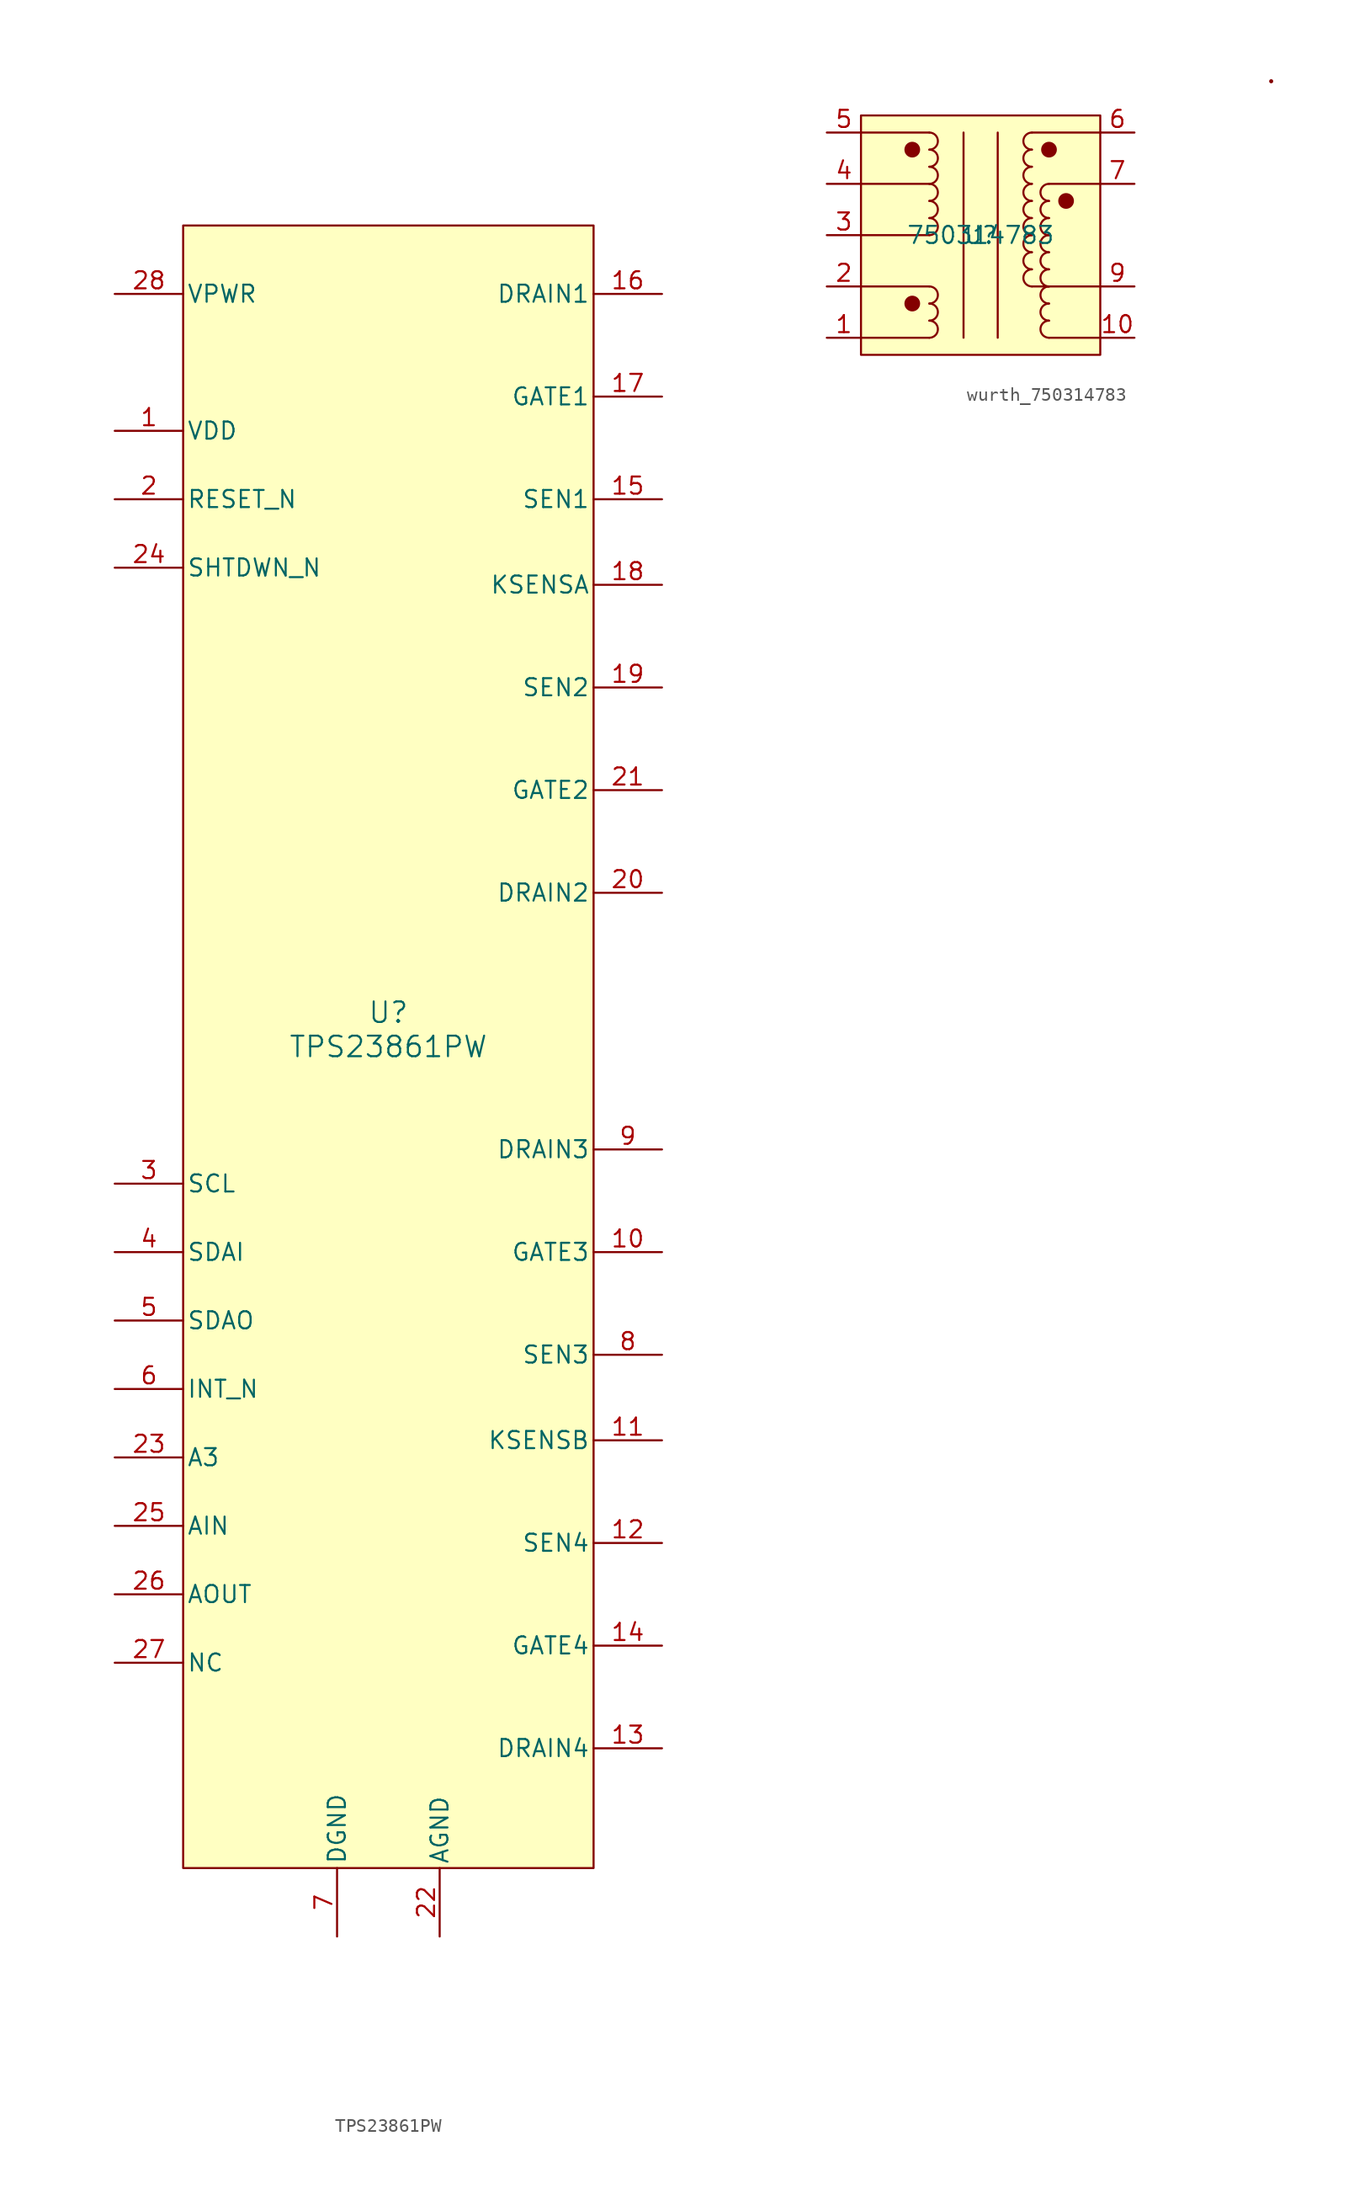
<source format=kicad_sym>
(kicad_symbol_lib
  (version 20241209)
  (generator "kicad_symbol_editor")
  (generator_version "9.0")
  (symbol "TPS23861PW"
    (pin_names
      (offset 0.254))
    (property "Reference" "U"
      (at 0 2.54 0)
      (effects (font (size 1.524 1.524))))
    (property "Value" "TPS23861PW"
      (at 0 0 0)
      (effects (font (size 1.524 1.524))))
    (symbol "TPS23861PW_0_1"
      (pin power_in line (at -20.32 55.88 0) (length 5.08) (name "VPWR" (effects (font (size 1.27 1.27)))) (number "28" (effects (font (size 1.27 1.27)))))
      (pin power_in line (at -20.32 45.72 0) (length 5.08) (name "VDD" (effects (font (size 1.27 1.27)))) (number "1" (effects (font (size 1.27 1.27)))))
      (pin input line (at -20.32 40.64 0) (length 5.08) (name "RESET_N" (effects (font (size 1.27 1.27)))) (number "2" (effects (font (size 1.27 1.27)))))
      (pin input line (at -20.32 35.56 0) (length 5.08) (name "SHTDWN_N" (effects (font (size 1.27 1.27)))) (number "24" (effects (font (size 1.27 1.27)))))
      (pin input line (at -20.32 -10.16 0) (length 5.08) (name "SCL" (effects (font (size 1.27 1.27)))) (number "3" (effects (font (size 1.27 1.27)))))
      (pin input line (at -20.32 -15.24 0) (length 5.08) (name "SDAI" (effects (font (size 1.27 1.27)))) (number "4" (effects (font (size 1.27 1.27)))))
      (pin open_collector line (at -20.32 -20.32 0) (length 5.08) (name "SDAO" (effects (font (size 1.27 1.27)))) (number "5" (effects (font (size 1.27 1.27)))))
      (pin open_collector line (at -20.32 -25.4 0) (length 5.08) (name "INT_N" (effects (font (size 1.27 1.27)))) (number "6" (effects (font (size 1.27 1.27)))))
      (pin input line (at -20.32 -30.48 0) (length 5.08) (name "A3" (effects (font (size 1.27 1.27)))) (number "23" (effects (font (size 1.27 1.27)))))
      (pin input line (at -20.32 -35.56 0) (length 5.08) (name "AIN" (effects (font (size 1.27 1.27)))) (number "25" (effects (font (size 1.27 1.27)))))
      (pin open_collector line (at -20.32 -40.64 0) (length 5.08) (name "AOUT" (effects (font (size 1.27 1.27)))) (number "26" (effects (font (size 1.27 1.27)))))
      (pin unspecified line (at -20.32 -45.72 0) (length 5.08) (name "NC" (effects (font (size 1.27 1.27)))) (number "27" (effects (font (size 1.27 1.27)))))
      (pin power_in line (at -3.81 -66.04 90) (length 5.08) (name "DGND" (effects (font (size 1.27 1.27)))) (number "7" (effects (font (size 1.27 1.27)))))
      (pin power_in line (at 3.81 -66.04 90) (length 5.08) (name "AGND" (effects (font (size 1.27 1.27)))) (number "22" (effects (font (size 1.27 1.27)))))
      (pin input line (at 20.32 55.88 180) (length 5.08) (name "DRAIN1" (effects (font (size 1.27 1.27)))) (number "16" (effects (font (size 1.27 1.27)))))
      (pin output line (at 20.32 48.26 180) (length 5.08) (name "GATE1" (effects (font (size 1.27 1.27)))) (number "17" (effects (font (size 1.27 1.27)))))
      (pin input line (at 20.32 40.64 180) (length 5.08) (name "SEN1" (effects (font (size 1.27 1.27)))) (number "15" (effects (font (size 1.27 1.27)))))
      (pin input line (at 20.32 34.29 180) (length 5.08) (name "KSENSA" (effects (font (size 1.27 1.27)))) (number "18" (effects (font (size 1.27 1.27)))))
      (pin input line (at 20.32 26.67 180) (length 5.08) (name "SEN2" (effects (font (size 1.27 1.27)))) (number "19" (effects (font (size 1.27 1.27)))))
      (pin output line (at 20.32 19.05 180) (length 5.08) (name "GATE2" (effects (font (size 1.27 1.27)))) (number "21" (effects (font (size 1.27 1.27)))))
      (pin input line (at 20.32 11.43 180) (length 5.08) (name "DRAIN2" (effects (font (size 1.27 1.27)))) (number "20" (effects (font (size 1.27 1.27)))))
      (pin input line (at 20.32 -7.62 180) (length 5.08) (name "DRAIN3" (effects (font (size 1.27 1.27)))) (number "9" (effects (font (size 1.27 1.27)))))
      (pin output line (at 20.32 -15.24 180) (length 5.08) (name "GATE3" (effects (font (size 1.27 1.27)))) (number "10" (effects (font (size 1.27 1.27)))))
      (pin input line (at 20.32 -22.86 180) (length 5.08) (name "SEN3" (effects (font (size 1.27 1.27)))) (number "8" (effects (font (size 1.27 1.27)))))
      (pin input line (at 20.32 -29.21 180) (length 5.08) (name "KSENSB" (effects (font (size 1.27 1.27)))) (number "11" (effects (font (size 1.27 1.27)))))
      (pin input line (at 20.32 -36.83 180) (length 5.08) (name "SEN4" (effects (font (size 1.27 1.27)))) (number "12" (effects (font (size 1.27 1.27)))))
      (pin output line (at 20.32 -44.45 180) (length 5.08) (name "GATE4" (effects (font (size 1.27 1.27)))) (number "14" (effects (font (size 1.27 1.27)))))
      (pin input line (at 20.32 -52.07 180) (length 5.08) (name "DRAIN4" (effects (font (size 1.27 1.27)))) (number "13" (effects (font (size 1.27 1.27))))))
    (symbol "TPS23861PW_1_1"
      (rectangle (start -15.24 60.96) (end 15.24 -60.96) (stroke (width 0) (type solid)) (fill (type background)))))
  (symbol "wurth_750314783"
    (property "Reference" "U"
      (at 0 0 0)
      (effects (font (size 1.27 1.27))))
    (property "Value" "750314783"
      (at 0 0 0)
      (effects (font (size 1.27 1.27))))
    (symbol "wurth_750314783_1_1"
      (rectangle (start -8.89 8.89) (end 8.89 -8.89) (stroke (width 0) (type solid)) (fill (type background)))
      (polyline (pts (xy -8.89 3.81) (xy -3.81 3.81)) (stroke (width 0) (type default)) (fill (type none)))
      (polyline (pts (xy -8.89 -7.62) (xy -3.81 -7.62)) (stroke (width 0) (type default)) (fill (type none)))
      (circle (center -5.08 6.35) (radius 0.508) (stroke (width 0) (type solid)) (fill (type outline)))
      (circle (center -5.08 -5.08) (radius 0.508) (stroke (width 0) (type solid)) (fill (type outline)))
      (polyline (pts (xy -3.81 7.62) (xy -8.89 7.62)) (stroke (width 0) (type default)) (fill (type none)))
      (arc (start -3.81 7.62) (mid -3.175 6.985) (end -3.81 6.35) (stroke (width 0) (type default)) (fill (type none)))
      (arc (start -3.81 6.35) (mid -3.175 5.715) (end -3.81 5.08) (stroke (width 0) (type default)) (fill (type none)))
      (arc (start -3.81 5.08) (mid -3.175 4.445) (end -3.81 3.81) (stroke (width 0) (type default)) (fill (type none)))
      (arc (start -3.81 3.81) (mid -3.175 3.175) (end -3.81 2.54) (stroke (width 0) (type default)) (fill (type none)))
      (arc (start -3.81 2.54) (mid -3.175 1.905) (end -3.81 1.27) (stroke (width 0) (type default)) (fill (type none)))
      (arc (start -3.81 1.27) (mid -3.175 0.635) (end -3.81 0) (stroke (width 0) (type default)) (fill (type none)))
      (polyline (pts (xy -3.81 0) (xy -8.89 0)) (stroke (width 0) (type default)) (fill (type none)))
      (polyline (pts (xy -3.81 -3.81) (xy -8.89 -3.81)) (stroke (width 0) (type default)) (fill (type none)))
      (arc (start -3.81 -3.81) (mid -3.175 -4.445) (end -3.81 -5.08) (stroke (width 0) (type default)) (fill (type none)))
      (arc (start -3.81 -5.08) (mid -3.175 -5.715) (end -3.81 -6.35) (stroke (width 0) (type default)) (fill (type none)))
      (arc (start -3.81 -6.35) (mid -3.175 -6.985) (end -3.81 -7.62) (stroke (width 0) (type default)) (fill (type none)))
      (polyline (pts (xy -1.27 7.62) (xy -1.27 -7.62)) (stroke (width 0) (type default)) (fill (type none)))
      (polyline (pts (xy 1.27 7.62) (xy 1.27 -7.62)) (stroke (width 0) (type default)) (fill (type none)))
      (polyline (pts (xy 3.81 7.62) (xy 8.89 7.62)) (stroke (width 0) (type default)) (fill (type none)))
      (arc (start 3.81 6.35) (mid 3.175 6.985) (end 3.81 7.62) (stroke (width 0) (type default)) (fill (type none)))
      (arc (start 3.81 5.08) (mid 3.175 5.715) (end 3.81 6.35) (stroke (width 0) (type default)) (fill (type none)))
      (arc (start 3.81 3.81) (mid 3.175 4.445) (end 3.81 5.08) (stroke (width 0) (type default)) (fill (type none)))
      (arc (start 3.81 2.54) (mid 3.175 3.175) (end 3.81 3.81) (stroke (width 0) (type default)) (fill (type none)))
      (arc (start 3.81 1.27) (mid 3.175 1.905) (end 3.81 2.54) (stroke (width 0) (type default)) (fill (type none)))
      (arc (start 3.81 0) (mid 3.175 0.635) (end 3.81 1.27) (stroke (width 0) (type default)) (fill (type none)))
      (arc (start 3.81 -1.27) (mid 3.175 -0.635) (end 3.81 0) (stroke (width 0) (type default)) (fill (type none)))
      (arc (start 3.81 -2.54) (mid 3.175 -1.905) (end 3.81 -1.27) (stroke (width 0) (type default)) (fill (type none)))
      (arc (start 3.81 -3.81) (mid 3.175 -3.175) (end 3.81 -2.54) (stroke (width 0) (type default)) (fill (type none)))
      (polyline (pts (xy 3.81 -3.81) (xy 8.89 -3.81)) (stroke (width 0) (type default)) (fill (type none)))
      (circle (center 5.08 6.35) (radius 0.508) (stroke (width 0) (type solid)) (fill (type outline)))
      (polyline (pts (xy 5.08 3.81) (xy 8.89 3.81)) (stroke (width 0) (type default)) (fill (type none)))
      (arc (start 5.08 2.54) (mid 4.445 3.175) (end 5.08 3.81) (stroke (width 0) (type default)) (fill (type none)))
      (arc (start 5.08 1.27) (mid 4.445 1.905) (end 5.08 2.54) (stroke (width 0) (type default)) (fill (type none)))
      (arc (start 5.08 0) (mid 4.445 0.635) (end 5.08 1.27) (stroke (width 0) (type default)) (fill (type none)))
      (arc (start 5.08 -1.27) (mid 4.445 -0.635) (end 5.08 0) (stroke (width 0) (type default)) (fill (type none)))
      (arc (start 5.08 -2.54) (mid 4.445 -1.905) (end 5.08 -1.27) (stroke (width 0) (type default)) (fill (type none)))
      (arc (start 5.08 -3.81) (mid 4.445 -3.175) (end 5.08 -2.54) (stroke (width 0) (type default)) (fill (type none)))
      (arc (start 5.08 -5.08) (mid 4.445 -4.445) (end 5.08 -3.81) (stroke (width 0) (type default)) (fill (type none)))
      (arc (start 5.08 -6.35) (mid 4.445 -5.715) (end 5.08 -5.08) (stroke (width 0) (type default)) (fill (type none)))
      (arc (start 5.08 -7.62) (mid 4.445 -6.985) (end 5.08 -6.35) (stroke (width 0) (type default)) (fill (type none)))
      (polyline (pts (xy 5.08 -7.62) (xy 8.89 -7.62)) (stroke (width 0) (type default)) (fill (type none)))
      (circle (center 6.35 2.54) (radius 0.508) (stroke (width 0) (type solid)) (fill (type outline)))
      (circle (center 21.59 11.43) (radius 0.0001) (stroke (width 0) (type default)) (fill (type none)))
      (pin input line (at -11.43 7.62 0) (length 2.54) (name "" (effects (font (size 1.27 1.27)))) (number "5" (effects (font (size 1.27 1.27)))))
      (pin input line (at -11.43 3.81 0) (length 2.54) (name "" (effects (font (size 1.27 1.27)))) (number "4" (effects (font (size 1.27 1.27)))))
      (pin input line (at -11.43 0 0) (length 2.54) (name "" (effects (font (size 1.27 1.27)))) (number "3" (effects (font (size 1.27 1.27)))))
      (pin output line (at -11.43 -3.81 0) (length 2.54) (name "" (effects (font (size 1.27 1.27)))) (number "2" (effects (font (size 1.27 1.27)))))
      (pin output line (at -11.43 -7.62 0) (length 2.54) (name "" (effects (font (size 1.27 1.27)))) (number "1" (effects (font (size 1.27 1.27)))))
      (pin output line (at 11.43 7.62 180) (length 2.54) (name "" (effects (font (size 1.27 1.27)))) (number "6" (effects (font (size 1.27 1.27)))))
      (pin output line (at 11.43 3.81 180) (length 2.54) (name "" (effects (font (size 1.27 1.27)))) (number "7" (effects (font (size 1.27 1.27)))))
      (pin no_connect line (at 11.43 0 180) (length 2.54) (hide yes) (name "" (effects (font (size 1.27 1.27)))) (number "8" (effects (font (size 1.27 1.27)))))
      (pin output line (at 11.43 -3.81 180) (length 2.54) (name "" (effects (font (size 1.27 1.27)))) (number "9" (effects (font (size 1.27 1.27)))))
      (pin output line (at 11.43 -7.62 180) (length 2.54) (name "" (effects (font (size 1.27 1.27)))) (number "10" (effects (font (size 1.27 1.27))))))))
</source>
